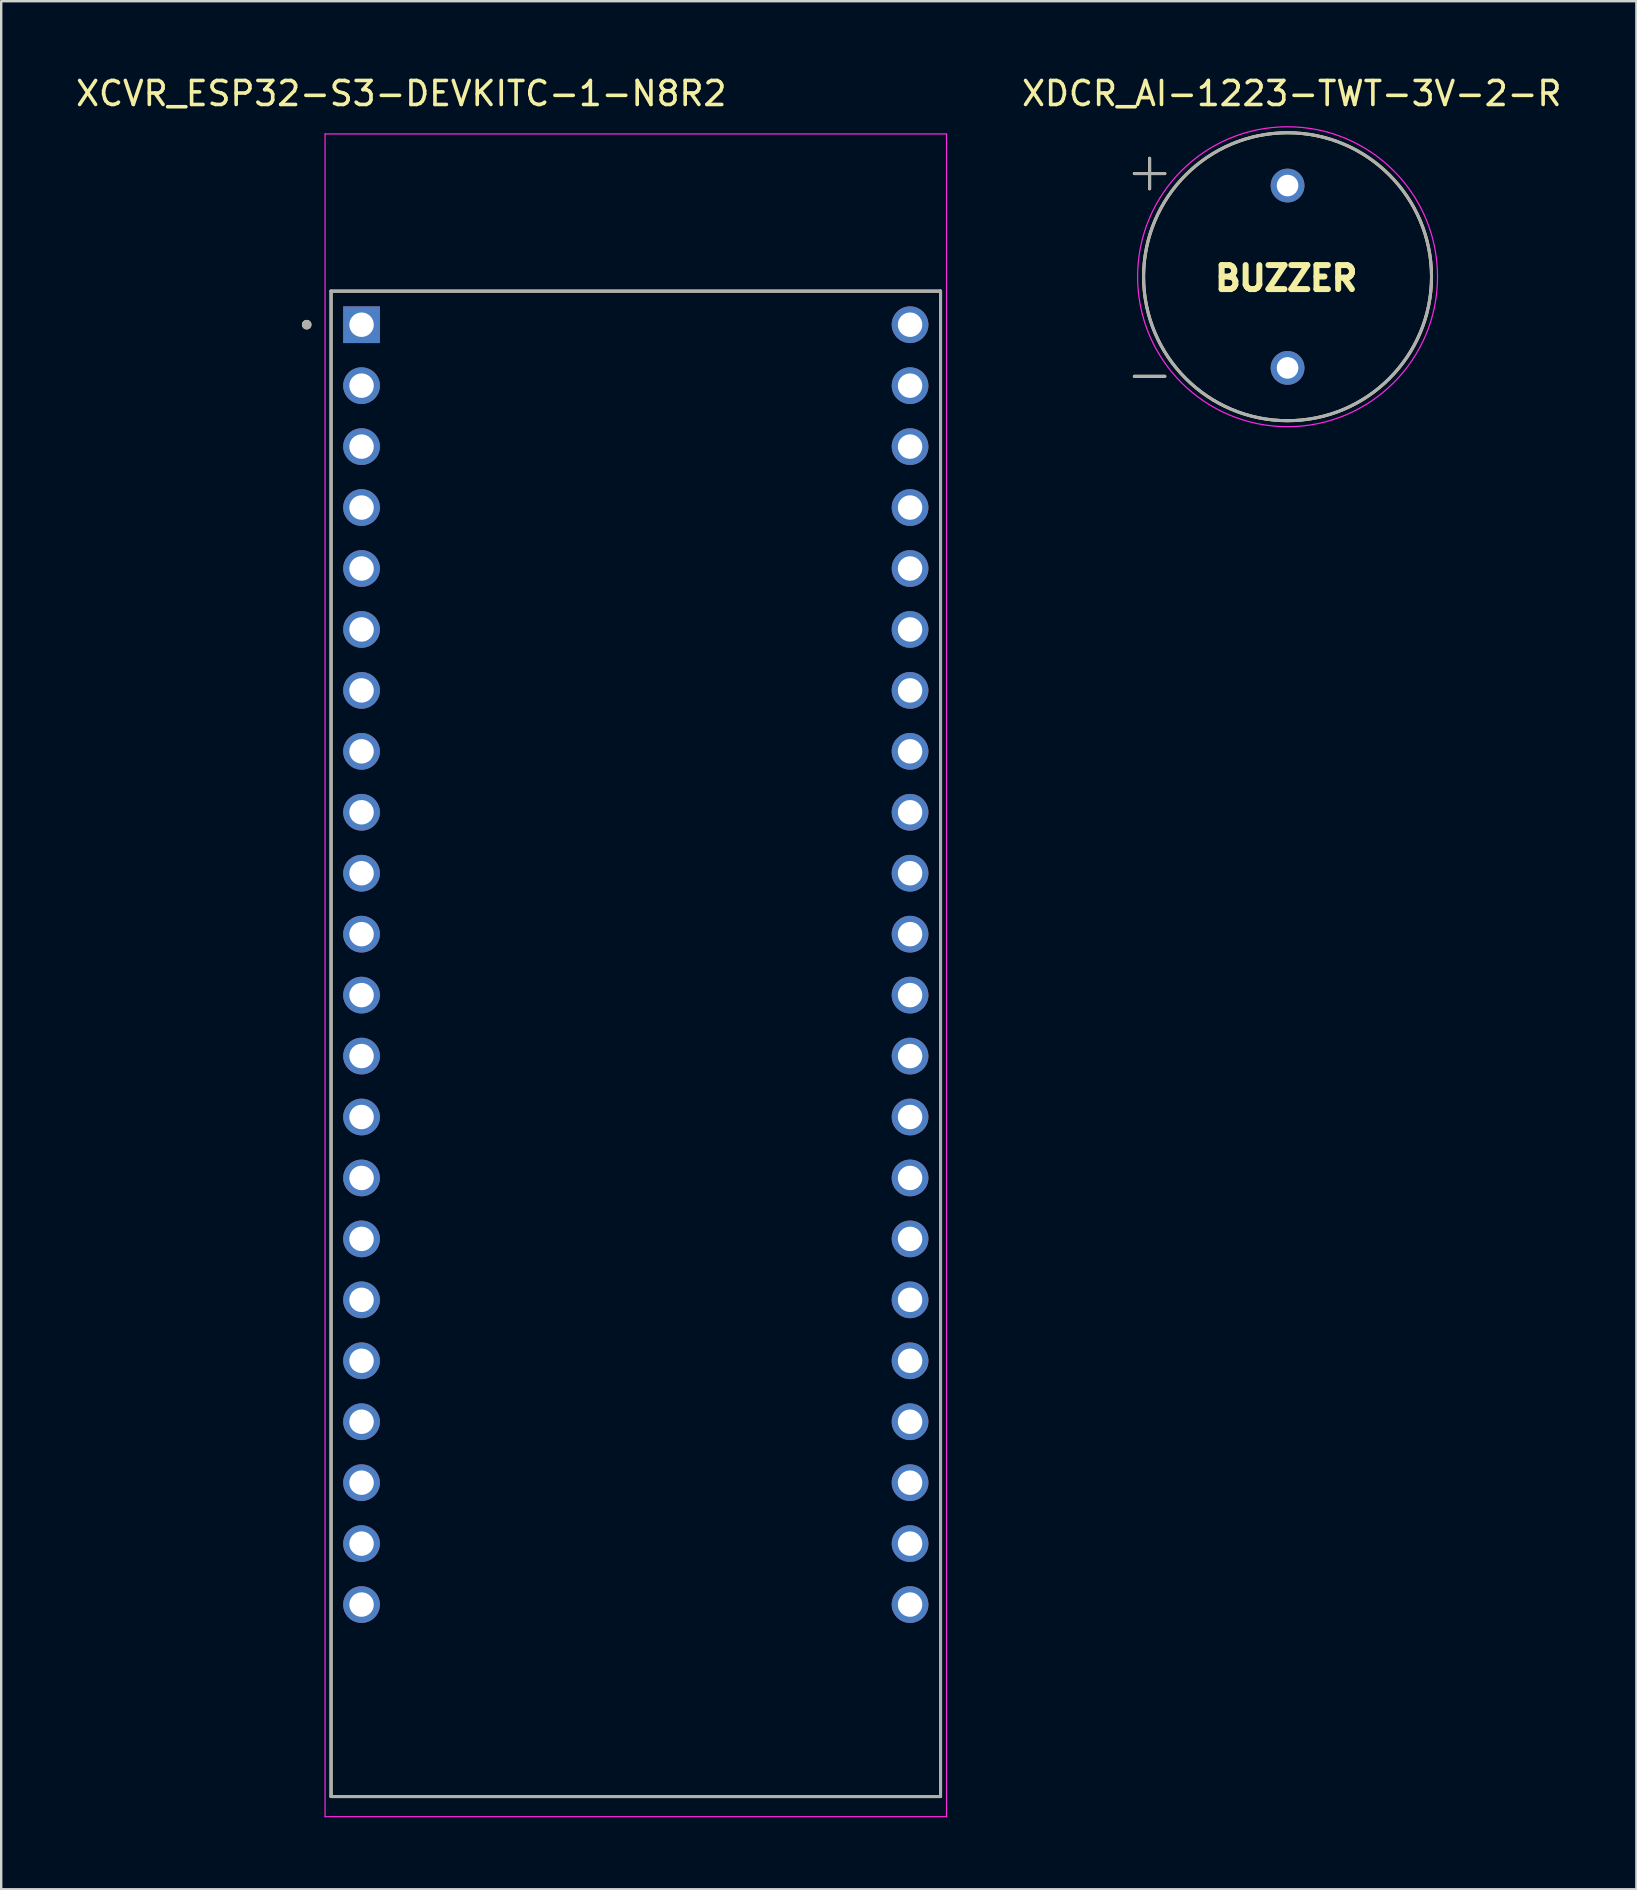
<source format=kicad_pcb>
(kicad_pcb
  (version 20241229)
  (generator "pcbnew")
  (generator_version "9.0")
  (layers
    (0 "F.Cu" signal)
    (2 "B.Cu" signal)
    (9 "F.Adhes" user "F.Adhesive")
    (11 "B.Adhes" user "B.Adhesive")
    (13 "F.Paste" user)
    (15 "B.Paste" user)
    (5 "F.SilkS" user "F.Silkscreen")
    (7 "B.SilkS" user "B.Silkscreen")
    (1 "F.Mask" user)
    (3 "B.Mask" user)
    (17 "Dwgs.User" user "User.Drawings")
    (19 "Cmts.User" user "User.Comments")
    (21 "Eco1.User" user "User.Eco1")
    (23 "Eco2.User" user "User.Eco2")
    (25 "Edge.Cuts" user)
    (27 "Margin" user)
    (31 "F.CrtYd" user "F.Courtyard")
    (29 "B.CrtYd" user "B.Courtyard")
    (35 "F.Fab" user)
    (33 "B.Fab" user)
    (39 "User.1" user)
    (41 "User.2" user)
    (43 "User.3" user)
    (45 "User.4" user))
  (footprint "XDCR_AI-1223-TWT-3V-2-R"
    (layer "F.Cu")
    (at 50.611 8.483)
    (property "Reference" "XDCR_AI-1223-TWT-3V-2-R" (at 0.175 -7.635 0) (layer "F.SilkS") (effects (font (size 1 1) (thickness 0.15))))
    (attr through_hole)
    (fp_line (start -6.385 -4.3) (end -5.115 -4.3) (stroke (width 0.127) (type solid)) (layer "F.SilkS"))
    (fp_line (start -6.385 4.15) (end -5.115 4.15) (stroke (width 0.127) (type solid)) (layer "F.SilkS"))
    (fp_line (start -5.75 -4.935) (end -5.75 -3.665) (stroke (width 0.127) (type solid)) (layer "F.SilkS"))
    (fp_circle (center 0 0) (end 6 0) (stroke (width 0.127) (type solid)) (fill no) (layer "F.SilkS"))
    (fp_circle (center 0 0) (end 6.25 0) (stroke (width 0.05) (type solid)) (fill no) (layer "F.CrtYd"))
    (fp_line (start -6.385 -4.3) (end -5.115 -4.3) (stroke (width 0.127) (type solid)) (layer "F.Fab"))
    (fp_line (start -6.385 4.15) (end -5.115 4.15) (stroke (width 0.127) (type solid)) (layer "F.Fab"))
    (fp_line (start -5.75 -4.935) (end -5.75 -3.665) (stroke (width 0.127) (type solid)) (layer "F.Fab"))
    (fp_circle (center 0 0) (end 6 0) (stroke (width 0.127) (type solid)) (fill no) (layer "F.Fab"))
    (fp_text user "BUZZER" (at -3.15 0.65 0) (unlocked yes) (layer "F.SilkS") (effects (font (size 1 1) (thickness 0.25) (bold yes)) (justify left bottom)))
    (pad "1" thru_hole circle (at 0 -3.8) (size 1.408 1.408) (drill 0.9) (layers "*.Cu" "*.Mask"))
    (pad "2" thru_hole circle (at 0 3.8) (size 1.408 1.408) (drill 0.9) (layers "*.Cu" "*.Mask")))
  (footprint "XCVR_ESP32-S3-DEVKITC-1-N8R2"
    (layer "F.Cu")
    (at 23.448 40.453)
    (property "Reference" "XCVR_ESP32-S3-DEVKITC-1-N8R2" (at -9.775 -39.605 0) (layer "F.SilkS") (effects (font (size 1 1) (thickness 0.15))))
    (attr through_hole)
    (fp_line (start -12.7 -31.37) (end 12.7 -31.37) (stroke (width 0.127) (type solid)) (layer "F.SilkS"))
    (fp_line (start -12.7 31.37) (end -12.7 -31.37) (stroke (width 0.127) (type solid)) (layer "F.SilkS"))
    (fp_line (start 12.7 -31.37) (end 12.7 31.37) (stroke (width 0.127) (type solid)) (layer "F.SilkS"))
    (fp_line (start 12.7 31.37) (end -12.7 31.37) (stroke (width 0.127) (type solid)) (layer "F.SilkS"))
    (fp_circle (center -13.716 -29.972) (end -13.616 -29.972) (stroke (width 0.2) (type solid)) (fill no) (layer "F.SilkS"))
    (fp_line (start -12.95 -37.92) (end -12.95 32.21) (stroke (width 0.05) (type solid)) (layer "F.CrtYd"))
    (fp_line (start -12.95 32.21) (end 12.95 32.21) (stroke (width 0.05) (type solid)) (layer "F.CrtYd"))
    (fp_line (start 12.95 -37.92) (end -12.95 -37.92) (stroke (width 0.05) (type solid)) (layer "F.CrtYd"))
    (fp_line (start 12.95 32.21) (end 12.95 -37.92) (stroke (width 0.05) (type solid)) (layer "F.CrtYd"))
    (fp_line (start -12.7 -31.37) (end 12.7 -31.37) (stroke (width 0.127) (type solid)) (layer "F.Fab"))
    (fp_line (start -12.7 31.37) (end -12.7 -31.37) (stroke (width 0.127) (type solid)) (layer "F.Fab"))
    (fp_line (start 12.7 -31.37) (end 12.7 31.37) (stroke (width 0.127) (type solid)) (layer "F.Fab"))
    (fp_line (start 12.7 31.37) (end -12.7 31.37) (stroke (width 0.127) (type solid)) (layer "F.Fab"))
    (fp_circle (center -13.716 -29.972) (end -13.616 -29.972) (stroke (width 0.2) (type solid)) (fill no) (layer "F.Fab"))
    (pad "J1_1" thru_hole rect (at -11.43 -29.97) (size 1.53 1.53) (drill 1.02) (layers "*.Cu" "*.Mask"))
    (pad "J1_2" thru_hole circle (at -11.43 -27.43) (size 1.53 1.53) (drill 1.02) (layers "*.Cu" "*.Mask"))
    (pad "J1_3" thru_hole circle (at -11.43 -24.89) (size 1.53 1.53) (drill 1.02) (layers "*.Cu" "*.Mask"))
    (pad "J1_4" thru_hole circle (at -11.43 -22.35) (size 1.53 1.53) (drill 1.02) (layers "*.Cu" "*.Mask"))
    (pad "J1_5" thru_hole circle (at -11.43 -19.81) (size 1.53 1.53) (drill 1.02) (layers "*.Cu" "*.Mask"))
    (pad "J1_6" thru_hole circle (at -11.43 -17.27) (size 1.53 1.53) (drill 1.02) (layers "*.Cu" "*.Mask"))
    (pad "J1_7" thru_hole circle (at -11.43 -14.73) (size 1.53 1.53) (drill 1.02) (layers "*.Cu" "*.Mask"))
    (pad "J1_8" thru_hole circle (at -11.43 -12.19) (size 1.53 1.53) (drill 1.02) (layers "*.Cu" "*.Mask"))
    (pad "J1_9" thru_hole circle (at -11.43 -9.65) (size 1.53 1.53) (drill 1.02) (layers "*.Cu" "*.Mask"))
    (pad "J1_10" thru_hole circle (at -11.43 -7.11) (size 1.53 1.53) (drill 1.02) (layers "*.Cu" "*.Mask"))
    (pad "J1_11" thru_hole circle (at -11.43 -4.57) (size 1.53 1.53) (drill 1.02) (layers "*.Cu" "*.Mask"))
    (pad "J1_12" thru_hole circle (at -11.43 -2.03) (size 1.53 1.53) (drill 1.02) (layers "*.Cu" "*.Mask"))
    (pad "J1_13" thru_hole circle (at -11.43 0.51) (size 1.53 1.53) (drill 1.02) (layers "*.Cu" "*.Mask"))
    (pad "J1_14" thru_hole circle (at -11.43 3.05) (size 1.53 1.53) (drill 1.02) (layers "*.Cu" "*.Mask"))
    (pad "J1_15" thru_hole circle (at -11.43 5.59) (size 1.53 1.53) (drill 1.02) (layers "*.Cu" "*.Mask"))
    (pad "J1_16" thru_hole circle (at -11.43 8.13) (size 1.53 1.53) (drill 1.02) (layers "*.Cu" "*.Mask"))
    (pad "J1_17" thru_hole circle (at -11.43 10.67) (size 1.53 1.53) (drill 1.02) (layers "*.Cu" "*.Mask"))
    (pad "J1_18" thru_hole circle (at -11.43 13.21) (size 1.53 1.53) (drill 1.02) (layers "*.Cu" "*.Mask"))
    (pad "J1_19" thru_hole circle (at -11.43 15.75) (size 1.53 1.53) (drill 1.02) (layers "*.Cu" "*.Mask"))
    (pad "J1_20" thru_hole circle (at -11.43 18.29) (size 1.53 1.53) (drill 1.02) (layers "*.Cu" "*.Mask"))
    (pad "J1_21" thru_hole circle (at -11.43 20.83) (size 1.53 1.53) (drill 1.02) (layers "*.Cu" "*.Mask"))
    (pad "J1_22" thru_hole circle (at -11.43 23.37) (size 1.53 1.53) (drill 1.02) (layers "*.Cu" "*.Mask"))
    (pad "J3_1" thru_hole circle (at 11.43 -29.97) (size 1.53 1.53) (drill 1.02) (layers "*.Cu" "*.Mask"))
    (pad "J3_2" thru_hole circle (at 11.43 -27.43) (size 1.53 1.53) (drill 1.02) (layers "*.Cu" "*.Mask"))
    (pad "J3_3" thru_hole circle (at 11.43 -24.89) (size 1.53 1.53) (drill 1.02) (layers "*.Cu" "*.Mask"))
    (pad "J3_4" thru_hole circle (at 11.43 -22.35) (size 1.53 1.53) (drill 1.02) (layers "*.Cu" "*.Mask"))
    (pad "J3_5" thru_hole circle (at 11.43 -19.81) (size 1.53 1.53) (drill 1.02) (layers "*.Cu" "*.Mask"))
    (pad "J3_6" thru_hole circle (at 11.43 -17.27) (size 1.53 1.53) (drill 1.02) (layers "*.Cu" "*.Mask"))
    (pad "J3_7" thru_hole circle (at 11.43 -14.73) (size 1.53 1.53) (drill 1.02) (layers "*.Cu" "*.Mask"))
    (pad "J3_8" thru_hole circle (at 11.43 -12.19) (size 1.53 1.53) (drill 1.02) (layers "*.Cu" "*.Mask"))
    (pad "J3_9" thru_hole circle (at 11.43 -9.65) (size 1.53 1.53) (drill 1.02) (layers "*.Cu" "*.Mask"))
    (pad "J3_10" thru_hole circle (at 11.43 -7.11) (size 1.53 1.53) (drill 1.02) (layers "*.Cu" "*.Mask"))
    (pad "J3_11" thru_hole circle (at 11.43 -4.57) (size 1.53 1.53) (drill 1.02) (layers "*.Cu" "*.Mask"))
    (pad "J3_12" thru_hole circle (at 11.43 -2.03) (size 1.53 1.53) (drill 1.02) (layers "*.Cu" "*.Mask"))
    (pad "J3_13" thru_hole circle (at 11.43 0.51) (size 1.53 1.53) (drill 1.02) (layers "*.Cu" "*.Mask"))
    (pad "J3_14" thru_hole circle (at 11.43 3.05) (size 1.53 1.53) (drill 1.02) (layers "*.Cu" "*.Mask"))
    (pad "J3_15" thru_hole circle (at 11.43 5.59) (size 1.53 1.53) (drill 1.02) (layers "*.Cu" "*.Mask"))
    (pad "J3_16" thru_hole circle (at 11.43 8.13) (size 1.53 1.53) (drill 1.02) (layers "*.Cu" "*.Mask"))
    (pad "J3_17" thru_hole circle (at 11.43 10.67) (size 1.53 1.53) (drill 1.02) (layers "*.Cu" "*.Mask"))
    (pad "J3_18" thru_hole circle (at 11.43 13.21) (size 1.53 1.53) (drill 1.02) (layers "*.Cu" "*.Mask"))
    (pad "J3_19" thru_hole circle (at 11.43 15.75) (size 1.53 1.53) (drill 1.02) (layers "*.Cu" "*.Mask"))
    (pad "J3_20" thru_hole circle (at 11.43 18.29) (size 1.53 1.53) (drill 1.02) (layers "*.Cu" "*.Mask"))
    (pad "J3_21" thru_hole circle (at 11.43 20.83) (size 1.53 1.53) (drill 1.02) (layers "*.Cu" "*.Mask"))
    (pad "J3_22" thru_hole circle (at 11.43 23.37) (size 1.53 1.53) (drill 1.02) (layers "*.Cu" "*.Mask")))
  (gr_rect
    (start -3 -3)
    (end 65.149 75.688)
    (stroke (width 0.1) (type default))
    (fill no)
    (layer "Edge.Cuts")))
</source>
